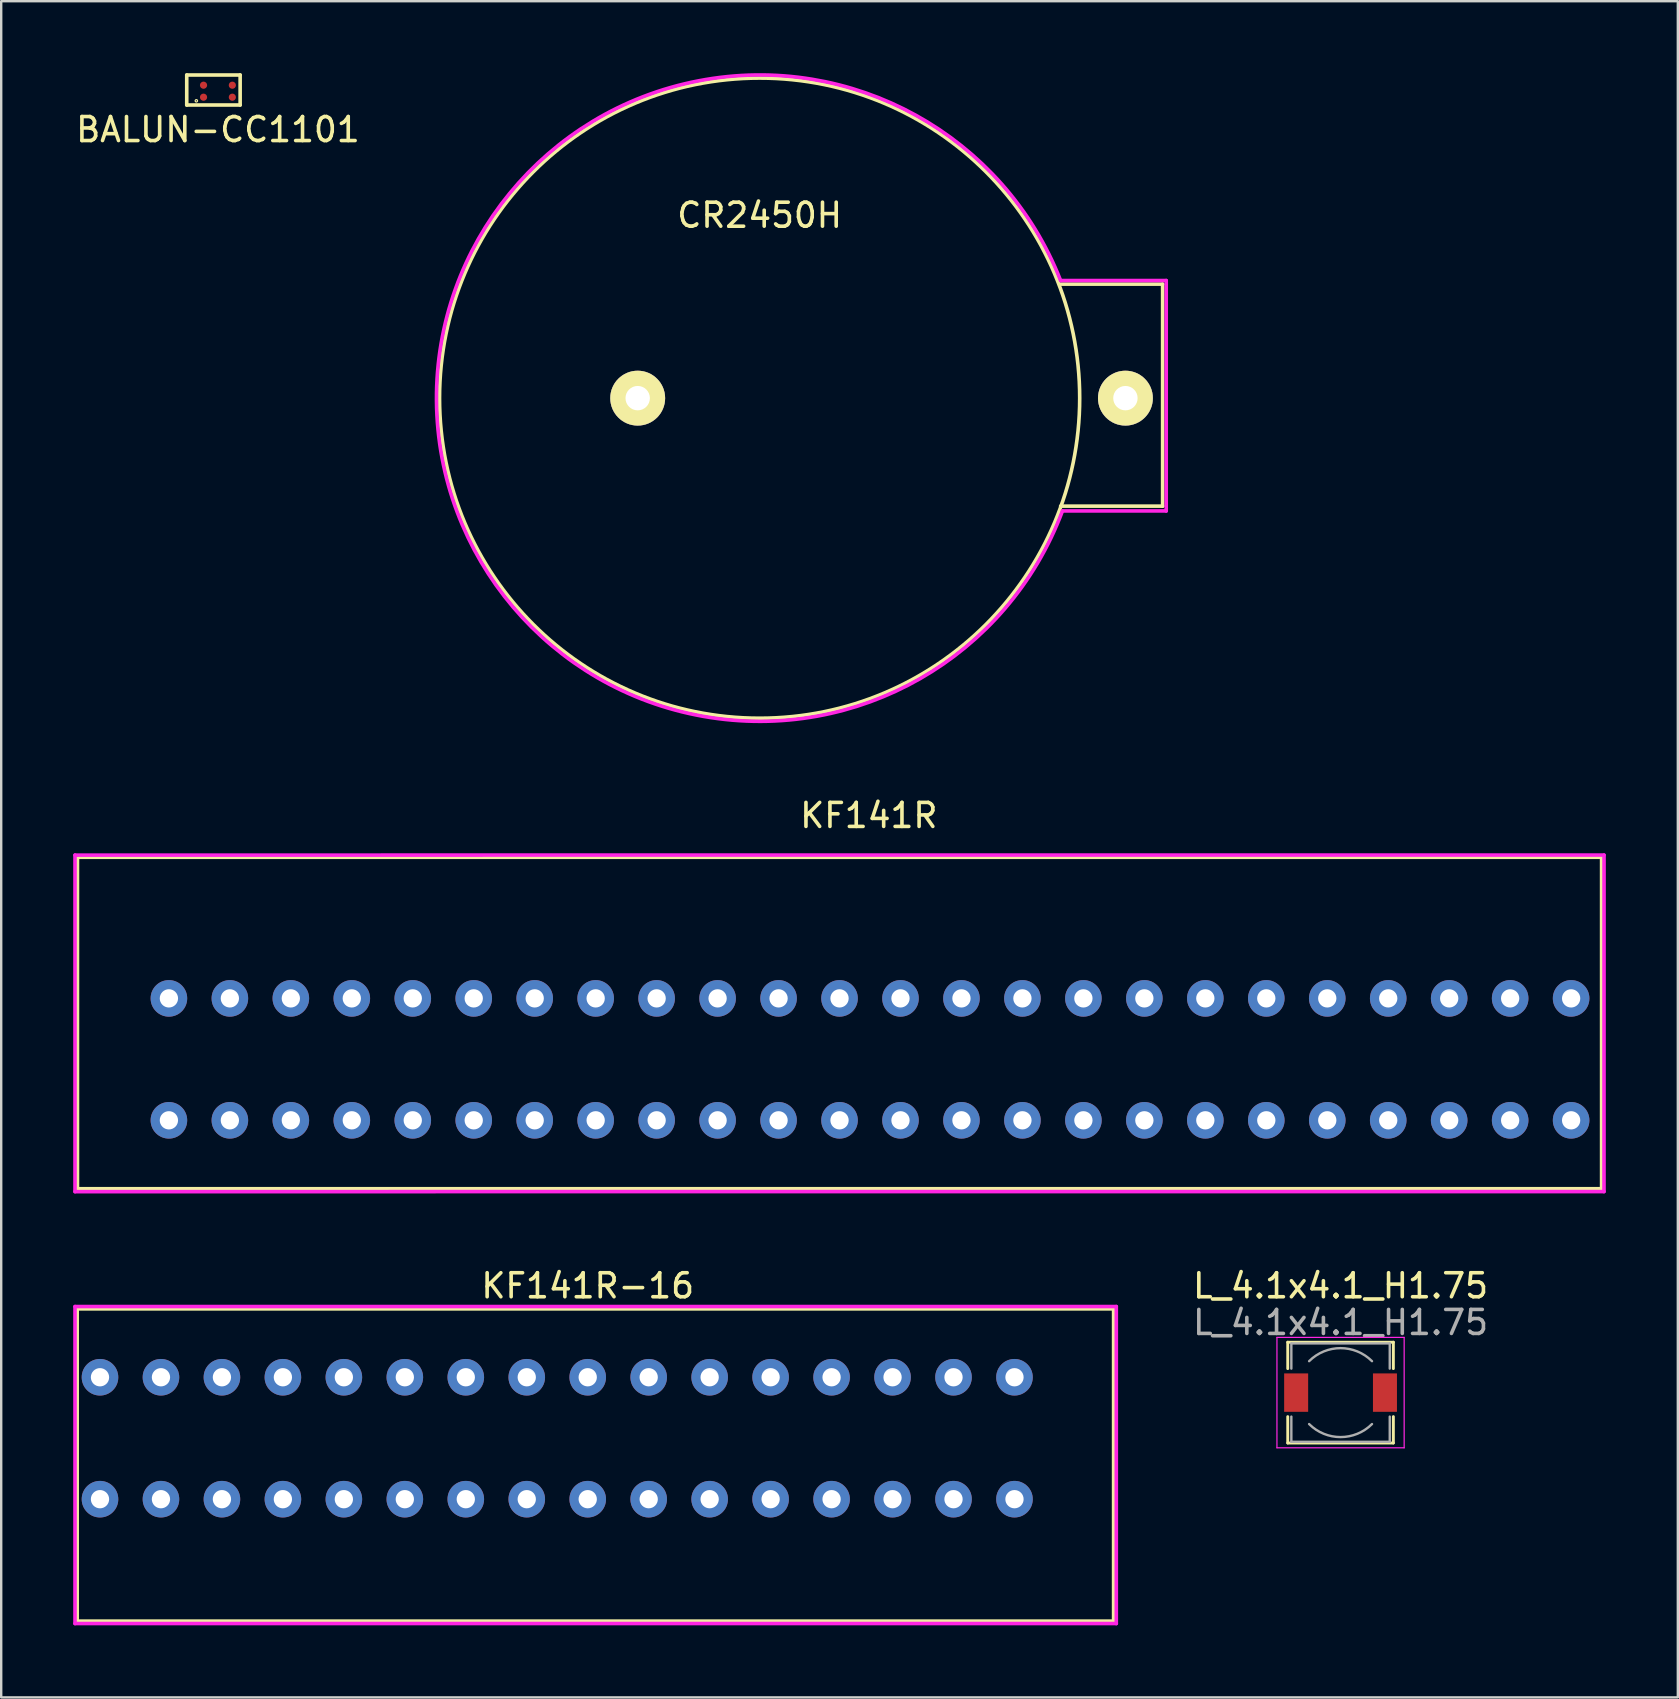
<source format=kicad_pcb>
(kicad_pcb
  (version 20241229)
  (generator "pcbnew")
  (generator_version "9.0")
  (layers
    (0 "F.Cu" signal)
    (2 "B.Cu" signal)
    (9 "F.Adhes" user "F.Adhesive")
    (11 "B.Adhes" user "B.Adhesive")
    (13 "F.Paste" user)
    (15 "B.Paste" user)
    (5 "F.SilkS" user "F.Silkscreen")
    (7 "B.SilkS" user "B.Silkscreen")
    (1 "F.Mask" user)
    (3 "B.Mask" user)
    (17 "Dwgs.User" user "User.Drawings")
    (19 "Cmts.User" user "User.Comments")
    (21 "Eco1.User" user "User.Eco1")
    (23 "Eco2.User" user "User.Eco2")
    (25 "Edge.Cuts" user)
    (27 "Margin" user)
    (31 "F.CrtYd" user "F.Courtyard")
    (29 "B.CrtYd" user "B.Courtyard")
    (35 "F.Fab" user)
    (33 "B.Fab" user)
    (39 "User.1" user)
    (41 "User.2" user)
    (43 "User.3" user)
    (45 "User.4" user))
  (footprint "KF141R"
    (layer "F.Cu")
    (at 3.987 41.085)
    (property "Reference" "KF141R" (at 29.16 -10.16 0) (layer "F.SilkS") (effects (font (size 1 1) (thickness 0.15))))
    (attr through_hole)
    (fp_line (start -3.81 -8.42) (end 59.69 -8.42) (stroke (width 0.15) (type solid)) (layer "F.SilkS"))
    (fp_line (start -3.81 5.39) (end -3.81 -8.42) (stroke (width 0.15) (type solid)) (layer "F.SilkS"))
    (fp_line (start 59.69 -8.42) (end 59.69 5.39) (stroke (width 0.15) (type solid)) (layer "F.SilkS"))
    (fp_line (start 59.69 5.39) (end -3.81 5.39) (stroke (width 0.15) (type solid)) (layer "F.SilkS"))
    (fp_line (start -3.912 -8.509) (end 59.79 -8.51) (stroke (width 0.15) (type solid)) (layer "F.CrtYd"))
    (fp_line (start -3.912 5.512) (end -3.912 -8.509) (stroke (width 0.15) (type solid)) (layer "F.CrtYd"))
    (fp_line (start 59.79 5.51) (end -3.912 5.512) (stroke (width 0.15) (type solid)) (layer "F.CrtYd"))
    (fp_line (start 59.792 -8.509) (end 59.79 5.51) (stroke (width 0.15) (type solid)) (layer "F.CrtYd"))
    (pad "1" thru_hole circle (at 0 -2.54) (size 1.524 1.524) (drill 0.762) (layers "*.Cu" "*.Mask"))
    (pad "1" thru_hole circle (at 0 2.54) (size 1.524 1.524) (drill 0.762) (layers "*.Cu" "*.Mask"))
    (pad "2" thru_hole circle (at 2.54 -2.54) (size 1.524 1.524) (drill 0.762) (layers "*.Cu" "*.Mask"))
    (pad "2" thru_hole circle (at 2.54 2.54) (size 1.524 1.524) (drill 0.762) (layers "*.Cu" "*.Mask"))
    (pad "3" thru_hole circle (at 5.08 -2.54) (size 1.524 1.524) (drill 0.762) (layers "*.Cu" "*.Mask"))
    (pad "3" thru_hole circle (at 5.08 2.54) (size 1.524 1.524) (drill 0.762) (layers "*.Cu" "*.Mask"))
    (pad "4" thru_hole circle (at 7.62 -2.54) (size 1.524 1.524) (drill 0.762) (layers "*.Cu" "*.Mask"))
    (pad "4" thru_hole circle (at 7.62 2.54) (size 1.524 1.524) (drill 0.762) (layers "*.Cu" "*.Mask"))
    (pad "5" thru_hole circle (at 10.16 -2.54) (size 1.524 1.524) (drill 0.762) (layers "*.Cu" "*.Mask"))
    (pad "5" thru_hole circle (at 10.16 2.54) (size 1.524 1.524) (drill 0.762) (layers "*.Cu" "*.Mask"))
    (pad "6" thru_hole circle (at 12.7 -2.54) (size 1.524 1.524) (drill 0.762) (layers "*.Cu" "*.Mask"))
    (pad "6" thru_hole circle (at 12.7 2.54) (size 1.524 1.524) (drill 0.762) (layers "*.Cu" "*.Mask"))
    (pad "7" thru_hole circle (at 15.24 -2.54) (size 1.524 1.524) (drill 0.762) (layers "*.Cu" "*.Mask"))
    (pad "7" thru_hole circle (at 15.24 2.54) (size 1.524 1.524) (drill 0.762) (layers "*.Cu" "*.Mask"))
    (pad "8" thru_hole circle (at 17.78 -2.54) (size 1.524 1.524) (drill 0.762) (layers "*.Cu" "*.Mask"))
    (pad "8" thru_hole circle (at 17.78 2.54) (size 1.524 1.524) (drill 0.762) (layers "*.Cu" "*.Mask"))
    (pad "9" thru_hole circle (at 20.32 -2.54) (size 1.524 1.524) (drill 0.762) (layers "*.Cu" "*.Mask"))
    (pad "9" thru_hole circle (at 20.32 2.54) (size 1.524 1.524) (drill 0.762) (layers "*.Cu" "*.Mask"))
    (pad "10" thru_hole circle (at 22.86 -2.54) (size 1.524 1.524) (drill 0.762) (layers "*.Cu" "*.Mask"))
    (pad "10" thru_hole circle (at 22.86 2.54) (size 1.524 1.524) (drill 0.762) (layers "*.Cu" "*.Mask"))
    (pad "11" thru_hole circle (at 25.4 -2.54) (size 1.524 1.524) (drill 0.762) (layers "*.Cu" "*.Mask"))
    (pad "11" thru_hole circle (at 25.4 2.54) (size 1.524 1.524) (drill 0.762) (layers "*.Cu" "*.Mask"))
    (pad "12" thru_hole circle (at 27.94 -2.54) (size 1.524 1.524) (drill 0.762) (layers "*.Cu" "*.Mask"))
    (pad "12" thru_hole circle (at 27.94 2.54) (size 1.524 1.524) (drill 0.762) (layers "*.Cu" "*.Mask"))
    (pad "13" thru_hole circle (at 30.48 -2.54) (size 1.524 1.524) (drill 0.762) (layers "*.Cu" "*.Mask"))
    (pad "13" thru_hole circle (at 30.48 2.54) (size 1.524 1.524) (drill 0.762) (layers "*.Cu" "*.Mask"))
    (pad "14" thru_hole circle (at 33.02 -2.54) (size 1.524 1.524) (drill 0.762) (layers "*.Cu" "*.Mask"))
    (pad "14" thru_hole circle (at 33.02 2.54) (size 1.524 1.524) (drill 0.762) (layers "*.Cu" "*.Mask"))
    (pad "15" thru_hole circle (at 35.56 -2.54) (size 1.524 1.524) (drill 0.762) (layers "*.Cu" "*.Mask"))
    (pad "15" thru_hole circle (at 35.56 2.54) (size 1.524 1.524) (drill 0.762) (layers "*.Cu" "*.Mask"))
    (pad "16" thru_hole circle (at 38.1 -2.54) (size 1.524 1.524) (drill 0.762) (layers "*.Cu" "*.Mask"))
    (pad "16" thru_hole circle (at 38.1 2.54) (size 1.524 1.524) (drill 0.762) (layers "*.Cu" "*.Mask"))
    (pad "17" thru_hole circle (at 40.64 -2.54) (size 1.524 1.524) (drill 0.762) (layers "*.Cu" "*.Mask"))
    (pad "17" thru_hole circle (at 40.64 2.54) (size 1.524 1.524) (drill 0.762) (layers "*.Cu" "*.Mask"))
    (pad "18" thru_hole circle (at 43.18 -2.54) (size 1.524 1.524) (drill 0.762) (layers "*.Cu" "*.Mask"))
    (pad "18" thru_hole circle (at 43.18 2.54) (size 1.524 1.524) (drill 0.762) (layers "*.Cu" "*.Mask"))
    (pad "19" thru_hole circle (at 45.72 -2.54) (size 1.524 1.524) (drill 0.762) (layers "*.Cu" "*.Mask"))
    (pad "19" thru_hole circle (at 45.72 2.54) (size 1.524 1.524) (drill 0.762) (layers "*.Cu" "*.Mask"))
    (pad "20" thru_hole circle (at 48.26 -2.54) (size 1.524 1.524) (drill 0.762) (layers "*.Cu" "*.Mask"))
    (pad "20" thru_hole circle (at 48.26 2.54) (size 1.524 1.524) (drill 0.762) (layers "*.Cu" "*.Mask"))
    (pad "21" thru_hole circle (at 50.8 -2.54) (size 1.524 1.524) (drill 0.762) (layers "*.Cu" "*.Mask"))
    (pad "21" thru_hole circle (at 50.8 2.54) (size 1.524 1.524) (drill 0.762) (layers "*.Cu" "*.Mask"))
    (pad "22" thru_hole circle (at 53.34 -2.54) (size 1.524 1.524) (drill 0.762) (layers "*.Cu" "*.Mask"))
    (pad "22" thru_hole circle (at 53.34 2.54) (size 1.524 1.524) (drill 0.762) (layers "*.Cu" "*.Mask"))
    (pad "23" thru_hole circle (at 55.88 -2.54) (size 1.524 1.524) (drill 0.762) (layers "*.Cu" "*.Mask"))
    (pad "23" thru_hole circle (at 55.88 2.54) (size 1.524 1.524) (drill 0.762) (layers "*.Cu" "*.Mask"))
    (pad "24" thru_hole circle (at 58.42 -2.54) (size 1.524 1.524) (drill 0.762) (layers "*.Cu" "*.Mask"))
    (pad "24" thru_hole circle (at 58.42 2.54) (size 1.524 1.524) (drill 0.762) (layers "*.Cu" "*.Mask")))
  (footprint "BALUN-CC1101"
    (layer "F.Cu")
    (at 6.03 0.75)
    (property "Reference" "BALUN-CC1101" (at 0 1.6 0) (layer "F.SilkS") (effects (font (size 1 1) (thickness 0.15))))
    (attr through_hole)
    (fp_line (start -1.3 -0.675) (end 0.925 -0.675) (stroke (width 0.15) (type solid)) (layer "F.SilkS"))
    (fp_line (start -1.3 0.575) (end -1.3 -0.675) (stroke (width 0.15) (type solid)) (layer "F.SilkS"))
    (fp_line (start 0.925 -0.675) (end 0.925 0.575) (stroke (width 0.15) (type solid)) (layer "F.SilkS"))
    (fp_line (start 0.925 0.575) (end -1.3 0.575) (stroke (width 0.15) (type solid)) (layer "F.SilkS"))
    (fp_circle (center -0.9 0.4) (end -0.85 0.4) (stroke (width 0.05) (type solid)) (fill no) (layer "F.SilkS"))
    (pad "1" smd circle (at -0.6 0.25) (size 0.3 0.3) (layers "F.Cu" "F.Mask" "F.Paste"))
    (pad "2" smd circle (at 0.6 0.25) (size 0.3 0.3) (layers "F.Cu" "F.Mask" "F.Paste"))
    (pad "3" smd circle (at 0.6 -0.25) (size 0.3 0.3) (layers "F.Cu" "F.Mask" "F.Paste"))
    (pad "4" smd circle (at -0.6 -0.25) (size 0.3 0.3) (layers "F.Cu" "F.Mask" "F.Paste")))
  (footprint "CR2450H"
    (layer "F.Cu")
    (at 31.138 13.538)
    (property "Reference" "CR2450H" (at -2.54 -7.62 0) (layer "F.SilkS") (effects (font (size 1 1) (thickness 0.15))))
    (attr through_hole)
    (fp_line (start 10 4.5) (end 14.25 4.5) (stroke (width 0.15) (type solid)) (layer "F.SilkS"))
    (fp_line (start 14.25 -4.75) (end 10 -4.75) (stroke (width 0.15) (type solid)) (layer "F.SilkS"))
    (fp_line (start 14.25 4.5) (end 14.25 -4.75) (stroke (width 0.15) (type solid)) (layer "F.SilkS"))
    (fp_circle (center -2.54 0) (end 10.795 0) (stroke (width 0.15) (type solid)) (fill no) (layer "F.SilkS"))
    (fp_line (start 10.077 4.699) (end 14.4 4.7) (stroke (width 0.15) (type solid)) (layer "F.CrtYd"))
    (fp_line (start 14.4 -4.9) (end 10 -4.9) (stroke (width 0.15) (type solid)) (layer "F.CrtYd"))
    (fp_line (start 14.4 4.7) (end 14.4 -4.9) (stroke (width 0.15) (type solid)) (layer "F.CrtYd"))
    (fp_arc (start 10.076771 4.698798) (mid -16.002913 0.107675) (end 10 -4.9) (stroke (width 0.15) (type solid)) (layer "F.CrtYd"))
    (pad "1" thru_hole circle (at 12.7 0) (size 2.286 2.286) (drill 1.016) (layers "*.Cu" "*.Mask" "F.SilkS"))
    (pad "2" thru_hole circle (at -7.62 0) (size 2.286 2.286) (drill 1.016) (layers "*.Cu" "*.Mask" "F.SilkS")))
  (footprint "L_4.1x4.1_H1.75"
    (layer "F.Cu")
    (at 52.801 54.97)
    (property "Reference" "L_4.1x4.1_H1.75" (at 0 -4.45 0) (layer "F.SilkS") (effects (font (size 1 1) (thickness 0.15))))
    (attr smd)
    (fp_line (start -2.2 -2.1) (end 2.2 -2.1) (stroke (width 0.12) (type solid)) (layer "F.SilkS"))
    (fp_line (start -2.2 -1) (end -2.2 -2.1) (stroke (width 0.12) (type solid)) (layer "F.SilkS"))
    (fp_line (start -2.2 2.1) (end -2.2 1) (stroke (width 0.12) (type solid)) (layer "F.SilkS"))
    (fp_line (start 2.2 -2.1) (end 2.2 -1) (stroke (width 0.12) (type solid)) (layer "F.SilkS"))
    (fp_line (start 2.2 1) (end 2.2 2.1) (stroke (width 0.12) (type solid)) (layer "F.SilkS"))
    (fp_line (start 2.2 2.1) (end -2.2 2.1) (stroke (width 0.12) (type solid)) (layer "F.SilkS"))
    (fp_line (start -2.65 -2.3) (end -2.65 2.3) (stroke (width 0.05) (type solid)) (layer "F.CrtYd"))
    (fp_line (start -2.65 2.3) (end 2.65 2.3) (stroke (width 0.05) (type solid)) (layer "F.CrtYd"))
    (fp_line (start 2.65 -2.3) (end -2.65 -2.3) (stroke (width 0.05) (type solid)) (layer "F.CrtYd"))
    (fp_line (start 2.65 2.3) (end 2.65 -2.3) (stroke (width 0.05) (type solid)) (layer "F.CrtYd"))
    (fp_line (start -2.05 -2.05) (end -2.05 -1) (stroke (width 0.1) (type solid)) (layer "F.Fab"))
    (fp_line (start -2.05 -2.05) (end 2.05 -2.05) (stroke (width 0.1) (type solid)) (layer "F.Fab"))
    (fp_line (start -2.05 2.05) (end -2.05 1) (stroke (width 0.1) (type solid)) (layer "F.Fab"))
    (fp_line (start -2.05 2.05) (end 2.05 2.05) (stroke (width 0.1) (type solid)) (layer "F.Fab"))
    (fp_line (start 2.05 -2.05) (end 2.05 -1) (stroke (width 0.1) (type solid)) (layer "F.Fab"))
    (fp_line (start 2.05 2.05) (end 2.05 1) (stroke (width 0.1) (type solid)) (layer "F.Fab"))
    (fp_arc (start -1.31 -1.31) (mid 0 -1.85262) (end 1.31 -1.31) (stroke (width 0.1) (type solid)) (layer "F.Fab"))
    (fp_arc (start 1.31 1.31) (mid 0 1.85262) (end -1.31 1.31) (stroke (width 0.1) (type solid)) (layer "F.Fab"))
    (fp_text user "${REFERENCE}" (at 0 -2.921 0) (layer "F.Fab") (effects (font (size 1 1) (thickness 0.15))))
    (pad "1" smd rect (at -1.85 0) (size 1 1.6) (layers "F.Cu" "F.Mask" "F.Paste"))
    (pad "2" smd rect (at 1.85 0) (size 1 1.6) (layers "F.Cu" "F.Mask" "F.Paste")))
  (footprint "KF141R-16"
    (layer "F.Cu")
    (at 21.436 56.87)
    (property "Reference" "KF141R-16" (at 0 -6.35 0) (layer "F.SilkS") (effects (font (size 1 1) (thickness 0.15))))
    (attr through_hole)
    (fp_line (start -21.27 -5.39) (end 21.91 -5.39) (stroke (width 0.15) (type solid)) (layer "F.SilkS"))
    (fp_line (start -21.27 7.62) (end -21.27 -5.39) (stroke (width 0.15) (type solid)) (layer "F.SilkS"))
    (fp_line (start 21.91 -5.39) (end 21.91 7.62) (stroke (width 0.15) (type solid)) (layer "F.SilkS"))
    (fp_line (start 21.91 7.62) (end -21.27 7.62) (stroke (width 0.15) (type solid)) (layer "F.SilkS"))
    (fp_line (start -21.361 -5.486) (end 22.022 -5.486) (stroke (width 0.15) (type solid)) (layer "F.CrtYd"))
    (fp_line (start -21.361 7.722) (end -21.361 -5.486) (stroke (width 0.15) (type solid)) (layer "F.CrtYd"))
    (fp_line (start 22.022 -5.486) (end 22.022 7.722) (stroke (width 0.15) (type solid)) (layer "F.CrtYd"))
    (fp_line (start 22.022 7.722) (end -21.361 7.722) (stroke (width 0.15) (type solid)) (layer "F.CrtYd"))
    (pad "1" thru_hole circle (at -20.32 -2.54) (size 1.524 1.524) (drill 0.762) (layers "*.Cu" "*.Mask"))
    (pad "1" thru_hole circle (at -20.32 2.54) (size 1.524 1.524) (drill 0.762) (layers "*.Cu" "*.Mask"))
    (pad "2" thru_hole circle (at -17.78 -2.54) (size 1.524 1.524) (drill 0.762) (layers "*.Cu" "*.Mask"))
    (pad "2" thru_hole circle (at -17.78 2.54) (size 1.524 1.524) (drill 0.762) (layers "*.Cu" "*.Mask"))
    (pad "3" thru_hole circle (at -15.24 -2.54) (size 1.524 1.524) (drill 0.762) (layers "*.Cu" "*.Mask"))
    (pad "3" thru_hole circle (at -15.24 2.54) (size 1.524 1.524) (drill 0.762) (layers "*.Cu" "*.Mask"))
    (pad "4" thru_hole circle (at -12.7 -2.54) (size 1.524 1.524) (drill 0.762) (layers "*.Cu" "*.Mask"))
    (pad "4" thru_hole circle (at -12.7 2.54) (size 1.524 1.524) (drill 0.762) (layers "*.Cu" "*.Mask"))
    (pad "5" thru_hole circle (at -10.16 -2.54) (size 1.524 1.524) (drill 0.762) (layers "*.Cu" "*.Mask"))
    (pad "5" thru_hole circle (at -10.16 2.54) (size 1.524 1.524) (drill 0.762) (layers "*.Cu" "*.Mask"))
    (pad "6" thru_hole circle (at -7.62 -2.54) (size 1.524 1.524) (drill 0.762) (layers "*.Cu" "*.Mask"))
    (pad "6" thru_hole circle (at -7.62 2.54) (size 1.524 1.524) (drill 0.762) (layers "*.Cu" "*.Mask"))
    (pad "7" thru_hole circle (at -5.08 -2.54) (size 1.524 1.524) (drill 0.762) (layers "*.Cu" "*.Mask"))
    (pad "7" thru_hole circle (at -5.08 2.54) (size 1.524 1.524) (drill 0.762) (layers "*.Cu" "*.Mask"))
    (pad "8" thru_hole circle (at -2.54 -2.54) (size 1.524 1.524) (drill 0.762) (layers "*.Cu" "*.Mask"))
    (pad "8" thru_hole circle (at -2.54 2.54) (size 1.524 1.524) (drill 0.762) (layers "*.Cu" "*.Mask"))
    (pad "9" thru_hole circle (at 0 -2.54) (size 1.524 1.524) (drill 0.762) (layers "*.Cu" "*.Mask"))
    (pad "9" thru_hole circle (at 0 2.54) (size 1.524 1.524) (drill 0.762) (layers "*.Cu" "*.Mask"))
    (pad "10" thru_hole circle (at 2.54 -2.54) (size 1.524 1.524) (drill 0.762) (layers "*.Cu" "*.Mask"))
    (pad "10" thru_hole circle (at 2.54 2.54) (size 1.524 1.524) (drill 0.762) (layers "*.Cu" "*.Mask"))
    (pad "11" thru_hole circle (at 5.08 -2.54) (size 1.524 1.524) (drill 0.762) (layers "*.Cu" "*.Mask"))
    (pad "11" thru_hole circle (at 5.08 2.54) (size 1.524 1.524) (drill 0.762) (layers "*.Cu" "*.Mask"))
    (pad "12" thru_hole circle (at 7.62 -2.54) (size 1.524 1.524) (drill 0.762) (layers "*.Cu" "*.Mask"))
    (pad "12" thru_hole circle (at 7.62 2.54) (size 1.524 1.524) (drill 0.762) (layers "*.Cu" "*.Mask"))
    (pad "13" thru_hole circle (at 10.16 -2.54) (size 1.524 1.524) (drill 0.762) (layers "*.Cu" "*.Mask"))
    (pad "13" thru_hole circle (at 10.16 2.54) (size 1.524 1.524) (drill 0.762) (layers "*.Cu" "*.Mask"))
    (pad "14" thru_hole circle (at 12.7 -2.54) (size 1.524 1.524) (drill 0.762) (layers "*.Cu" "*.Mask"))
    (pad "14" thru_hole circle (at 12.7 2.54) (size 1.524 1.524) (drill 0.762) (layers "*.Cu" "*.Mask"))
    (pad "15" thru_hole circle (at 15.24 -2.54) (size 1.524 1.524) (drill 0.762) (layers "*.Cu" "*.Mask"))
    (pad "15" thru_hole circle (at 15.24 2.54) (size 1.524 1.524) (drill 0.762) (layers "*.Cu" "*.Mask"))
    (pad "16" thru_hole circle (at 17.78 -2.54) (size 1.524 1.524) (drill 0.762) (layers "*.Cu" "*.Mask"))
    (pad "16" thru_hole circle (at 17.78 2.54) (size 1.524 1.524) (drill 0.762) (layers "*.Cu" "*.Mask")))
  (gr_rect
    (start -3 -3)
    (end 66.853 67.667)
    (stroke (width 0.1) (type default))
    (fill no)
    (layer "Edge.Cuts")))
</source>
